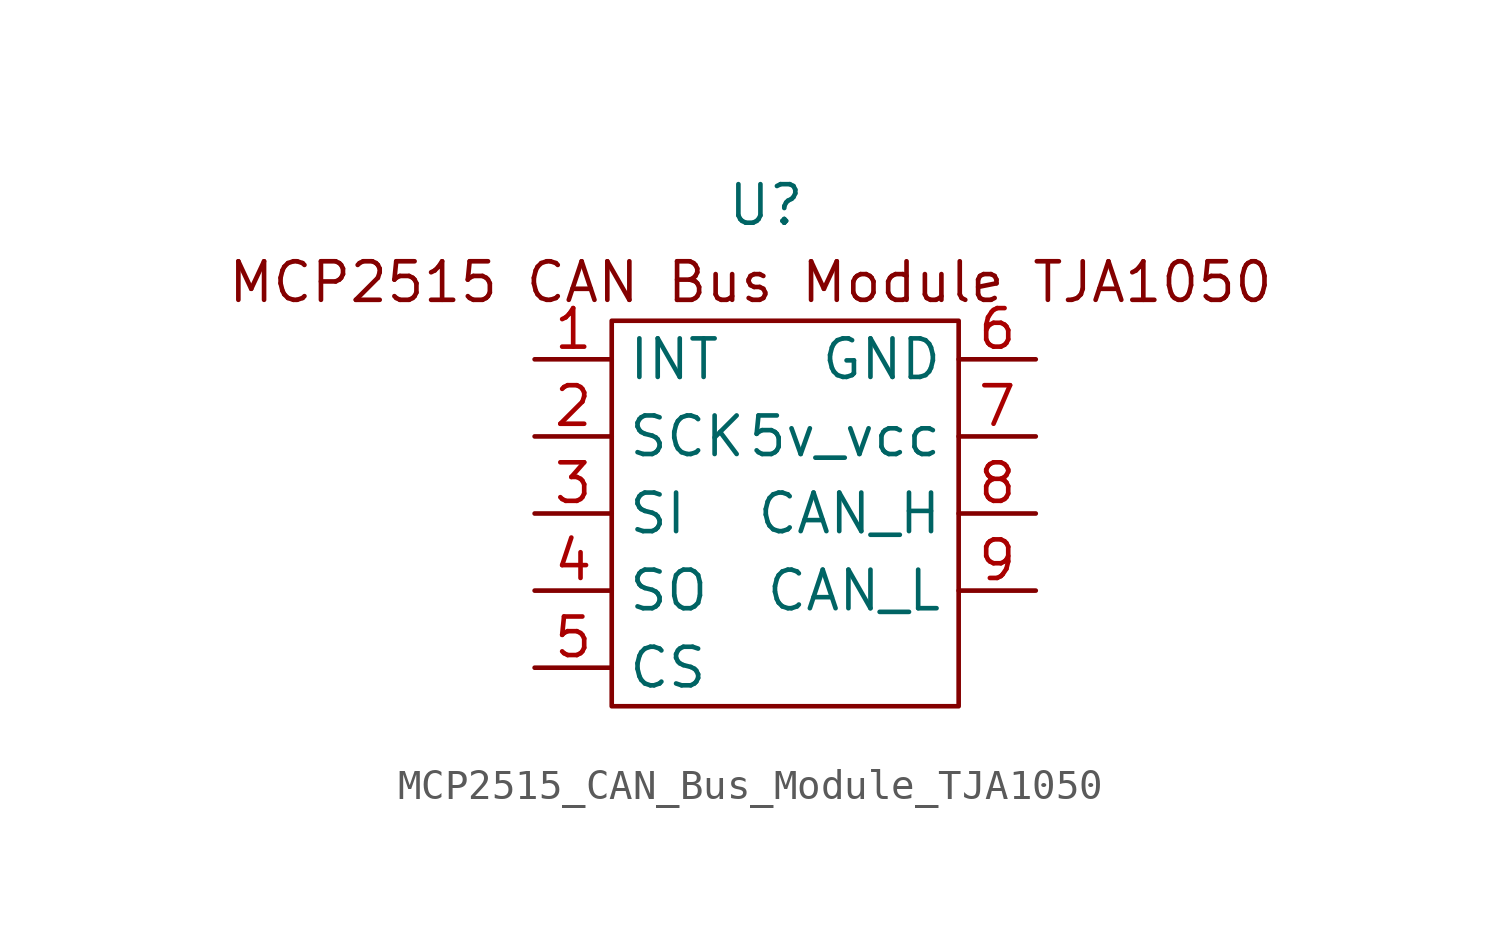
<source format=kicad_sym>
(kicad_symbol_lib
  (version 20231120)
  (generator "kicad_symbol_editor")
  (generator_version "8.0")
  (symbol "MCP2515_CAN_Bus_Module_TJA1050"
    (property "Reference" "U"
      (at 1.27 6.35 0)
      (effects (font (size 1.27 1.27))))
    (property "Value" ""
      (at 0 0 0)
      (effects (font (size 1.27 1.27))))
    (symbol "MCP2515_CAN_Bus_Module_TJA1050_1_1"
      (rectangle (start -3.81 2.54) (end 7.62 -10.16) (stroke (width 0) (type default)) (fill (type none)))
      (text "MCP2515 CAN Bus Module TJA1050" (at 0.762 3.81 0) (effects (font (size 1.27 1.27))))
      (pin input line (at -6.35 1.27 0) (length 2.54) (name "INT" (effects (font (size 1.27 1.27)))) (number "1" (effects (font (size 1.27 1.27)))))
      (pin input line (at -6.35 -1.27 0) (length 2.54) (name "SCK" (effects (font (size 1.27 1.27)))) (number "2" (effects (font (size 1.27 1.27)))))
      (pin input line (at -6.35 -3.81 0) (length 2.54) (name "SI" (effects (font (size 1.27 1.27)))) (number "3" (effects (font (size 1.27 1.27)))))
      (pin output line (at -6.35 -6.35 0) (length 2.54) (name "SO" (effects (font (size 1.27 1.27)))) (number "4" (effects (font (size 1.27 1.27)))))
      (pin input line (at -6.35 -8.89 0) (length 2.54) (name "CS" (effects (font (size 1.27 1.27)))) (number "5" (effects (font (size 1.27 1.27)))))
      (pin input line (at 10.16 1.27 180) (length 2.54) (name "GND" (effects (font (size 1.27 1.27)))) (number "6" (effects (font (size 1.27 1.27)))))
      (pin input line (at 10.16 -1.27 180) (length 2.54) (name "5v_vcc" (effects (font (size 1.27 1.27)))) (number "7" (effects (font (size 1.27 1.27)))))
      (pin output line (at 10.16 -3.81 180) (length 2.54) (name "CAN_H" (effects (font (size 1.27 1.27)))) (number "8" (effects (font (size 1.27 1.27)))))
      (pin output line (at 10.16 -6.35 180) (length 2.54) (name "CAN_L" (effects (font (size 1.27 1.27)))) (number "9" (effects (font (size 1.27 1.27))))))))
</source>
